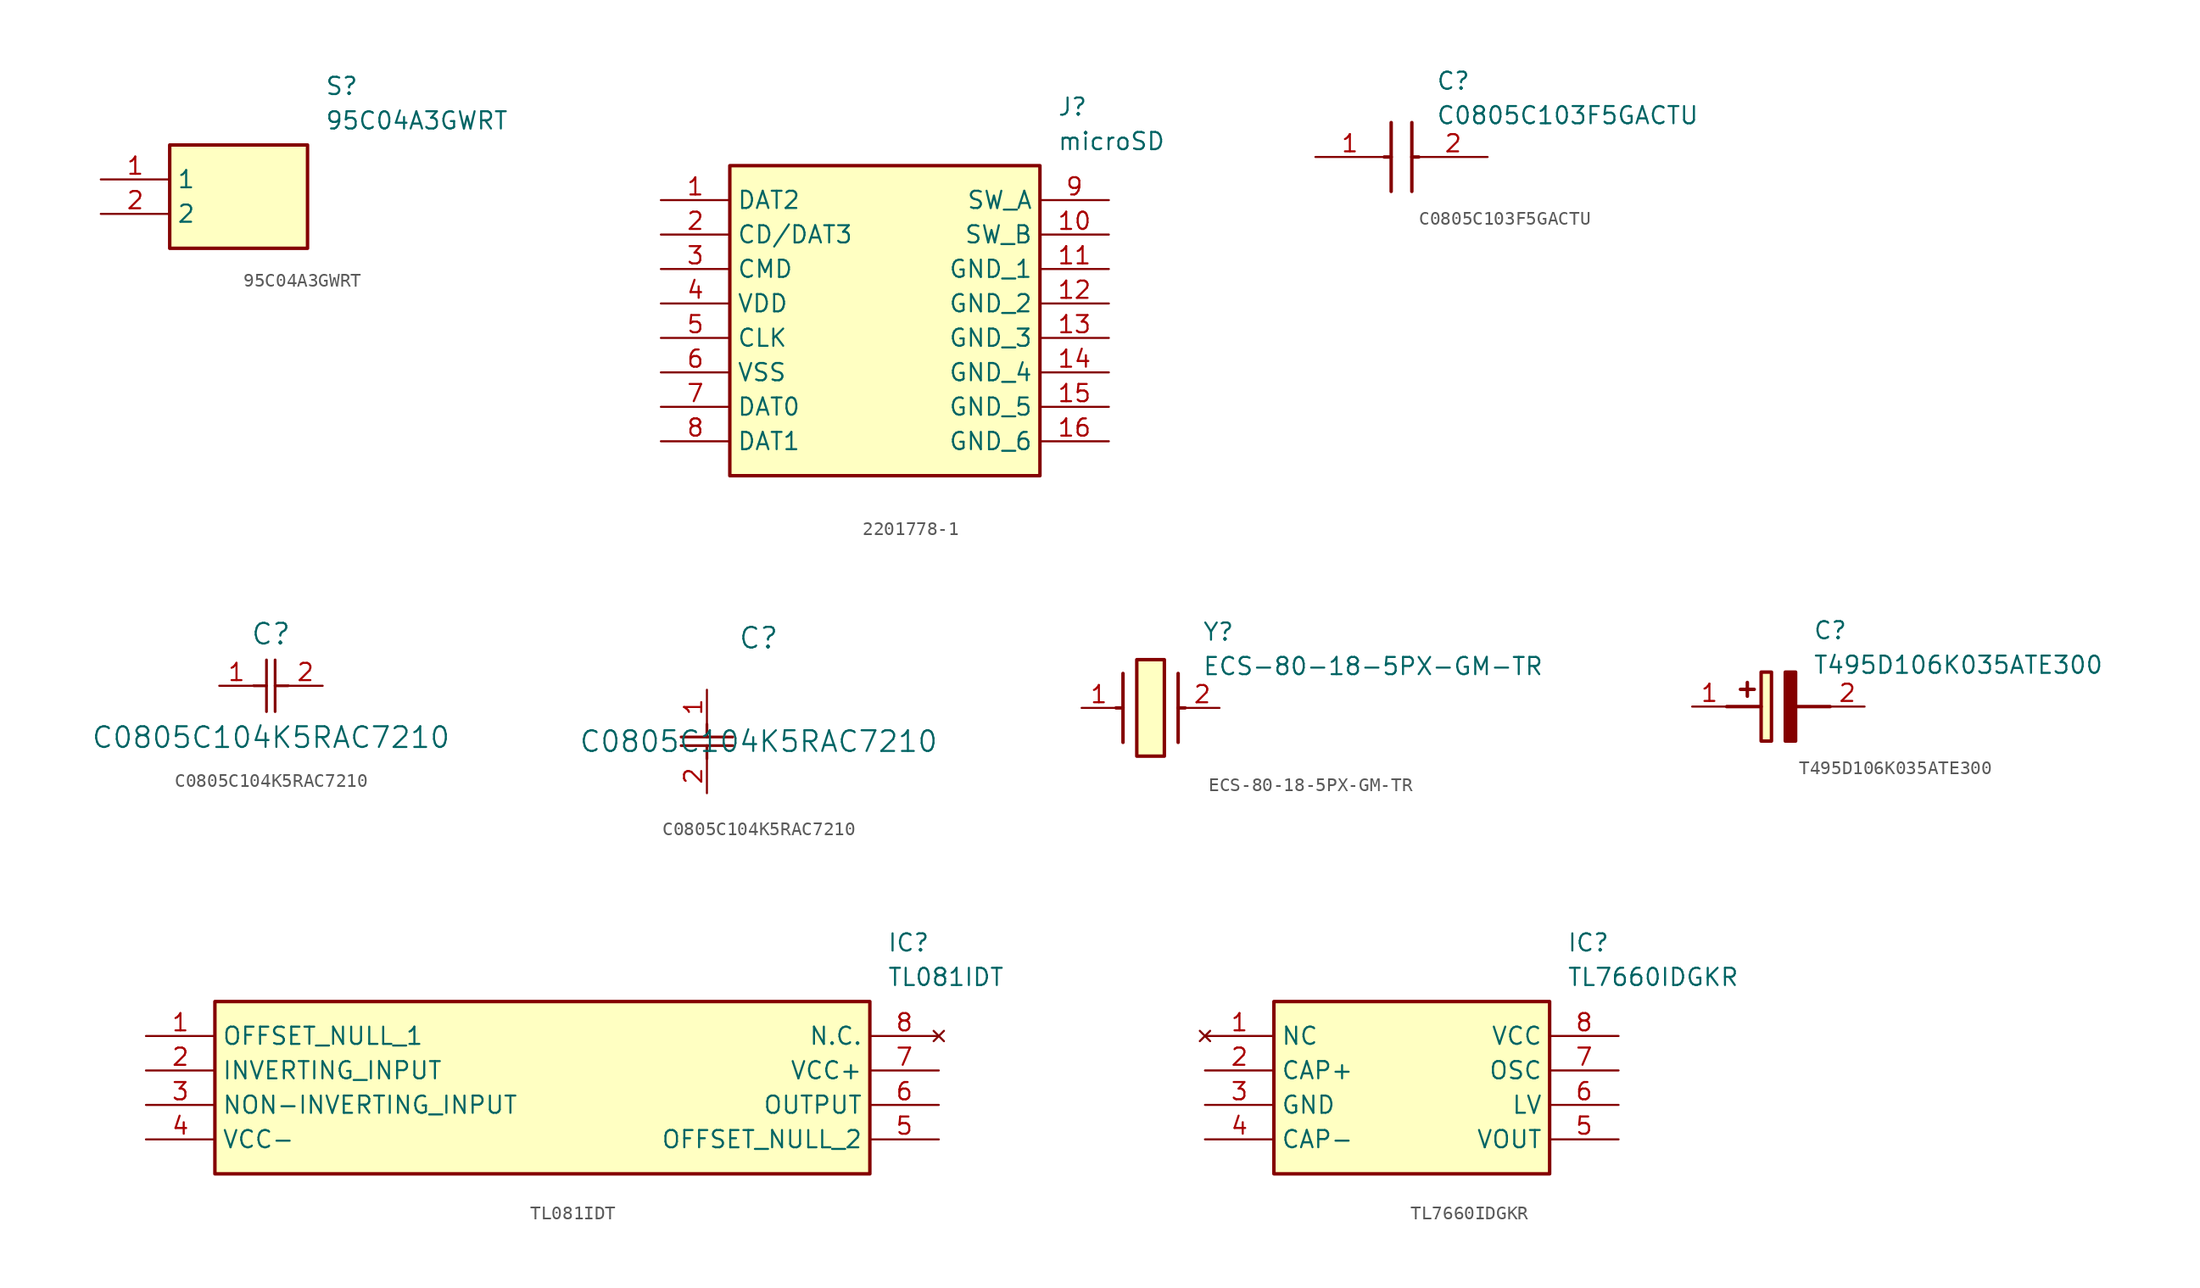
<source format=kicad_sym>
(kicad_symbol_lib
  (version 20220914)
  (generator kicad_symbol_editor)
  (symbol "95C04A3GWRT"
    (property "Reference" "S"
      (at 16.51 7.62 0)
      (effects (font (size 1.27 1.27)) (justify left top)))
    (property "Value" "95C04A3GWRT"
      (at 16.51 5.08 0)
      (effects (font (size 1.27 1.27)) (justify left top)))
    (symbol "95C04A3GWRT_1_1"
      (rectangle (start 5.08 2.54) (end 15.24 -5.08) (stroke (width 0.254) (type default)) (fill (type background)))
      (pin passive line (at 0 0 0) (length 5.08) (name "1" (effects (font (size 1.27 1.27)))) (number "1" (effects (font (size 1.27 1.27)))))
      (pin passive line (at 0 -2.54 0) (length 5.08) (name "2" (effects (font (size 1.27 1.27)))) (number "2" (effects (font (size 1.27 1.27)))))))
  (symbol "2201778-1"
    (property "Reference" "J"
      (at 29.21 7.62 0)
      (effects (font (size 1.27 1.27)) (justify left top)))
    (property "Value" "microSD"
      (at 29.21 5.08 0)
      (effects (font (size 1.27 1.27)) (justify left top)))
    (symbol "2201778-1_1_1"
      (rectangle (start 5.08 2.54) (end 27.94 -20.32) (stroke (width 0.254) (type default)) (fill (type background)))
      (pin passive line (at 0 0 0) (length 5.08) (name "DAT2" (effects (font (size 1.27 1.27)))) (number "1" (effects (font (size 1.27 1.27)))))
      (pin passive line (at 33.02 -2.54 180) (length 5.08) (name "SW_B" (effects (font (size 1.27 1.27)))) (number "10" (effects (font (size 1.27 1.27)))))
      (pin passive line (at 33.02 -5.08 180) (length 5.08) (name "GND_1" (effects (font (size 1.27 1.27)))) (number "11" (effects (font (size 1.27 1.27)))))
      (pin passive line (at 33.02 -7.62 180) (length 5.08) (name "GND_2" (effects (font (size 1.27 1.27)))) (number "12" (effects (font (size 1.27 1.27)))))
      (pin passive line (at 33.02 -10.16 180) (length 5.08) (name "GND_3" (effects (font (size 1.27 1.27)))) (number "13" (effects (font (size 1.27 1.27)))))
      (pin passive line (at 33.02 -12.7 180) (length 5.08) (name "GND_4" (effects (font (size 1.27 1.27)))) (number "14" (effects (font (size 1.27 1.27)))))
      (pin passive line (at 33.02 -15.24 180) (length 5.08) (name "GND_5" (effects (font (size 1.27 1.27)))) (number "15" (effects (font (size 1.27 1.27)))))
      (pin passive line (at 33.02 -17.78 180) (length 5.08) (name "GND_6" (effects (font (size 1.27 1.27)))) (number "16" (effects (font (size 1.27 1.27)))))
      (pin passive line (at 0 -2.54 0) (length 5.08) (name "CD/DAT3" (effects (font (size 1.27 1.27)))) (number "2" (effects (font (size 1.27 1.27)))))
      (pin passive line (at 0 -5.08 0) (length 5.08) (name "CMD" (effects (font (size 1.27 1.27)))) (number "3" (effects (font (size 1.27 1.27)))))
      (pin passive line (at 0 -7.62 0) (length 5.08) (name "VDD" (effects (font (size 1.27 1.27)))) (number "4" (effects (font (size 1.27 1.27)))))
      (pin passive line (at 0 -10.16 0) (length 5.08) (name "CLK" (effects (font (size 1.27 1.27)))) (number "5" (effects (font (size 1.27 1.27)))))
      (pin passive line (at 0 -12.7 0) (length 5.08) (name "VSS" (effects (font (size 1.27 1.27)))) (number "6" (effects (font (size 1.27 1.27)))))
      (pin passive line (at 0 -15.24 0) (length 5.08) (name "DAT0" (effects (font (size 1.27 1.27)))) (number "7" (effects (font (size 1.27 1.27)))))
      (pin passive line (at 0 -17.78 0) (length 5.08) (name "DAT1" (effects (font (size 1.27 1.27)))) (number "8" (effects (font (size 1.27 1.27)))))
      (pin passive line (at 33.02 0 180) (length 5.08) (name "SW_A" (effects (font (size 1.27 1.27)))) (number "9" (effects (font (size 1.27 1.27)))))))
  (symbol "C0805C103F5GACTU"
    (pin_names hide)
    (property "Reference" "C"
      (at 8.89 6.35 0)
      (effects (font (size 1.27 1.27)) (justify left top)))
    (property "Value" "C0805C103F5GACTU"
      (at 8.89 3.81 0)
      (effects (font (size 1.27 1.27)) (justify left top)))
    (symbol "C0805C103F5GACTU_1_1"
      (polyline (pts (xy 5.08 0) (xy 5.588 0)) (stroke (width 0.254) (type default)) (fill (type none)))
      (polyline (pts (xy 5.588 2.54) (xy 5.588 -2.54)) (stroke (width 0.254) (type default)) (fill (type none)))
      (polyline (pts (xy 7.112 0) (xy 7.62 0)) (stroke (width 0.254) (type default)) (fill (type none)))
      (polyline (pts (xy 7.112 2.54) (xy 7.112 -2.54)) (stroke (width 0.254) (type default)) (fill (type none)))
      (pin passive line (at 0 0 0) (length 5.08) (name "1" (effects (font (size 1.27 1.27)))) (number "1" (effects (font (size 1.27 1.27)))))
      (pin passive line (at 12.7 0 180) (length 5.08) (name "2" (effects (font (size 1.27 1.27)))) (number "2" (effects (font (size 1.27 1.27)))))))
  (symbol "C0805C104K5RAC7210"
    (pin_names
      (offset 0.254))
    (property "Reference" "C"
      (at 3.81 3.81 0)
      (effects (font (size 1.524 1.524))))
    (property "Value" "C0805C104K5RAC7210"
      (at 3.81 -3.81 0)
      (effects (font (size 1.524 1.524))))
    (property "ki_locked" ""
      (at 0 0 0)
      (effects (font (size 1.27 1.27))))
    (symbol "C0805C104K5RAC7210_1_1"
      (polyline (pts (xy 2.54 0) (xy 3.48 0)) (stroke (width 0.203) (type default)) (fill (type none)))
      (polyline (pts (xy 3.48 -1.905) (xy 3.48 1.905)) (stroke (width 0.203) (type default)) (fill (type none)))
      (polyline (pts (xy 4.115 -1.905) (xy 4.115 1.905)) (stroke (width 0.203) (type default)) (fill (type none)))
      (polyline (pts (xy 4.115 0) (xy 5.08 0)) (stroke (width 0.203) (type default)) (fill (type none)))
      (pin unspecified line (at 0 0 0) (length 2.54) (name "" (effects (font (size 1.27 1.27)))) (number "1" (effects (font (size 1.27 1.27)))))
      (pin unspecified line (at 7.62 0 180) (length 2.54) (name "" (effects (font (size 1.27 1.27)))) (number "2" (effects (font (size 1.27 1.27))))))
    (symbol "C0805C104K5RAC7210_1_2"
      (polyline (pts (xy -1.905 -4.115) (xy 1.905 -4.115)) (stroke (width 0.203) (type default)) (fill (type none)))
      (polyline (pts (xy -1.905 -3.48) (xy 1.905 -3.48)) (stroke (width 0.203) (type default)) (fill (type none)))
      (polyline (pts (xy 0 -4.115) (xy 0 -5.08)) (stroke (width 0.203) (type default)) (fill (type none)))
      (polyline (pts (xy 0 -2.54) (xy 0 -3.48)) (stroke (width 0.203) (type default)) (fill (type none)))
      (pin unspecified line (at 0 0 270) (length 2.54) (name "" (effects (font (size 1.27 1.27)))) (number "1" (effects (font (size 1.27 1.27)))))
      (pin unspecified line (at 0 -7.62 90) (length 2.54) (name "" (effects (font (size 1.27 1.27)))) (number "2" (effects (font (size 1.27 1.27)))))))
  (symbol "ECS-80-18-5PX-GM-TR"
    (pin_names hide)
    (property "Reference" "Y"
      (at 8.89 6.35 0)
      (effects (font (size 1.27 1.27)) (justify left top)))
    (property "Value" "ECS-80-18-5PX-GM-TR"
      (at 8.89 3.81 0)
      (effects (font (size 1.27 1.27)) (justify left top)))
    (symbol "ECS-80-18-5PX-GM-TR_1_1"
      (polyline (pts (xy 3.048 0) (xy 2.54 0)) (stroke (width 0.254) (type default)) (fill (type none)))
      (polyline (pts (xy 3.048 2.54) (xy 3.048 -2.54)) (stroke (width 0.254) (type default)) (fill (type none)))
      (polyline (pts (xy 7.112 0) (xy 7.62 0)) (stroke (width 0.254) (type default)) (fill (type none)))
      (polyline (pts (xy 7.112 2.54) (xy 7.112 -2.54)) (stroke (width 0.254) (type default)) (fill (type none)))
      (rectangle (start 4.064 3.556) (end 6.096 -3.556) (stroke (width 0.254) (type default)) (fill (type background)))
      (pin passive line (at 0 0 0) (length 2.54) (name "1" (effects (font (size 1.27 1.27)))) (number "1" (effects (font (size 1.27 1.27)))))
      (pin passive line (at 10.16 0 180) (length 2.54) (name "2" (effects (font (size 1.27 1.27)))) (number "2" (effects (font (size 1.27 1.27)))))))
  (symbol "T495D106K035ATE300"
    (pin_names hide)
    (property "Reference" "C"
      (at 8.89 6.35 0)
      (effects (font (size 1.27 1.27)) (justify left top)))
    (property "Value" "T495D106K035ATE300"
      (at 8.89 3.81 0)
      (effects (font (size 1.27 1.27)) (justify left top)))
    (symbol "T495D106K035ATE300_1_1"
      (polyline (pts (xy 2.54 0) (xy 5.08 0)) (stroke (width 0.254) (type default)) (fill (type none)))
      (polyline (pts (xy 4.064 1.778) (xy 4.064 0.762)) (stroke (width 0.254) (type default)) (fill (type none)))
      (polyline (pts (xy 4.572 1.27) (xy 3.556 1.27)) (stroke (width 0.254) (type default)) (fill (type none)))
      (polyline (pts (xy 7.62 0) (xy 10.16 0)) (stroke (width 0.254) (type default)) (fill (type none)))
      (polyline (pts (xy 7.62 2.54) (xy 7.62 -2.54) (xy 6.858 -2.54) (xy 6.858 2.54) (xy 7.62 2.54)) (stroke (width 0.254) (type default)) (fill (type outline)))
      (rectangle (start 5.08 2.54) (end 5.842 -2.54) (stroke (width 0.254) (type default)) (fill (type background)))
      (pin passive line (at 0 0 0) (length 2.54) (name "+" (effects (font (size 1.27 1.27)))) (number "1" (effects (font (size 1.27 1.27)))))
      (pin passive line (at 12.7 0 180) (length 2.54) (name "-" (effects (font (size 1.27 1.27)))) (number "2" (effects (font (size 1.27 1.27)))))))
  (symbol "TL081IDT"
    (property "Reference" "IC"
      (at 54.61 7.62 0)
      (effects (font (size 1.27 1.27)) (justify left top)))
    (property "Value" "TL081IDT"
      (at 54.61 5.08 0)
      (effects (font (size 1.27 1.27)) (justify left top)))
    (symbol "TL081IDT_1_1"
      (rectangle (start 5.08 2.54) (end 53.34 -10.16) (stroke (width 0.254) (type default)) (fill (type background)))
      (pin passive line (at 0 0 0) (length 5.08) (name "OFFSET_NULL_1" (effects (font (size 1.27 1.27)))) (number "1" (effects (font (size 1.27 1.27)))))
      (pin passive line (at 0 -2.54 0) (length 5.08) (name "INVERTING_INPUT" (effects (font (size 1.27 1.27)))) (number "2" (effects (font (size 1.27 1.27)))))
      (pin passive line (at 0 -5.08 0) (length 5.08) (name "NON-INVERTING_INPUT" (effects (font (size 1.27 1.27)))) (number "3" (effects (font (size 1.27 1.27)))))
      (pin passive line (at 0 -7.62 0) (length 5.08) (name "VCC-" (effects (font (size 1.27 1.27)))) (number "4" (effects (font (size 1.27 1.27)))))
      (pin passive line (at 58.42 -7.62 180) (length 5.08) (name "OFFSET_NULL_2" (effects (font (size 1.27 1.27)))) (number "5" (effects (font (size 1.27 1.27)))))
      (pin passive line (at 58.42 -5.08 180) (length 5.08) (name "OUTPUT" (effects (font (size 1.27 1.27)))) (number "6" (effects (font (size 1.27 1.27)))))
      (pin passive line (at 58.42 -2.54 180) (length 5.08) (name "VCC+" (effects (font (size 1.27 1.27)))) (number "7" (effects (font (size 1.27 1.27)))))
      (pin no_connect line (at 58.42 0 180) (length 5.08) (name "N.C." (effects (font (size 1.27 1.27)))) (number "8" (effects (font (size 1.27 1.27)))))))
  (symbol "TL7660IDGKR"
    (property "Reference" "IC"
      (at 26.67 7.62 0)
      (effects (font (size 1.27 1.27)) (justify left top)))
    (property "Value" "TL7660IDGKR"
      (at 26.67 5.08 0)
      (effects (font (size 1.27 1.27)) (justify left top)))
    (symbol "TL7660IDGKR_1_1"
      (rectangle (start 5.08 2.54) (end 25.4 -10.16) (stroke (width 0.254) (type default)) (fill (type background)))
      (pin no_connect line (at 0 0 0) (length 5.08) (name "NC" (effects (font (size 1.27 1.27)))) (number "1" (effects (font (size 1.27 1.27)))))
      (pin passive line (at 0 -2.54 0) (length 5.08) (name "CAP+" (effects (font (size 1.27 1.27)))) (number "2" (effects (font (size 1.27 1.27)))))
      (pin passive line (at 0 -5.08 0) (length 5.08) (name "GND" (effects (font (size 1.27 1.27)))) (number "3" (effects (font (size 1.27 1.27)))))
      (pin passive line (at 0 -7.62 0) (length 5.08) (name "CAP-" (effects (font (size 1.27 1.27)))) (number "4" (effects (font (size 1.27 1.27)))))
      (pin passive line (at 30.48 -7.62 180) (length 5.08) (name "VOUT" (effects (font (size 1.27 1.27)))) (number "5" (effects (font (size 1.27 1.27)))))
      (pin passive line (at 30.48 -5.08 180) (length 5.08) (name "LV" (effects (font (size 1.27 1.27)))) (number "6" (effects (font (size 1.27 1.27)))))
      (pin passive line (at 30.48 -2.54 180) (length 5.08) (name "OSC" (effects (font (size 1.27 1.27)))) (number "7" (effects (font (size 1.27 1.27)))))
      (pin passive line (at 30.48 0 180) (length 5.08) (name "VCC" (effects (font (size 1.27 1.27)))) (number "8" (effects (font (size 1.27 1.27))))))))
</source>
